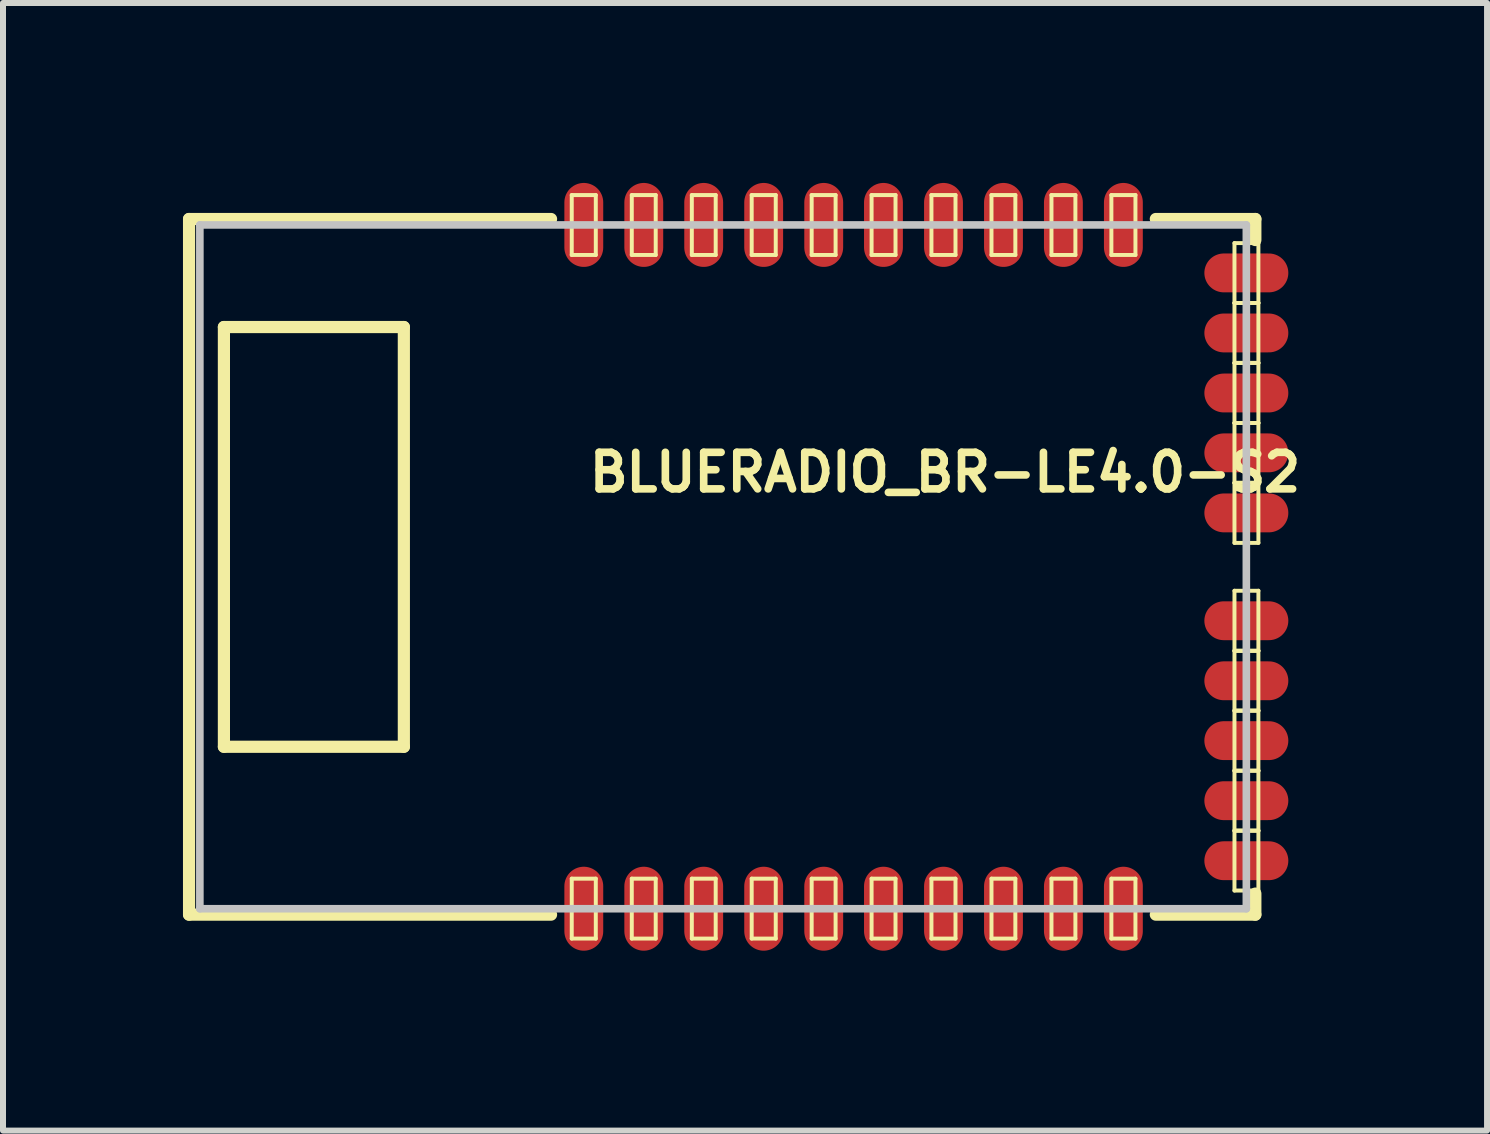
<source format=kicad_pcb>
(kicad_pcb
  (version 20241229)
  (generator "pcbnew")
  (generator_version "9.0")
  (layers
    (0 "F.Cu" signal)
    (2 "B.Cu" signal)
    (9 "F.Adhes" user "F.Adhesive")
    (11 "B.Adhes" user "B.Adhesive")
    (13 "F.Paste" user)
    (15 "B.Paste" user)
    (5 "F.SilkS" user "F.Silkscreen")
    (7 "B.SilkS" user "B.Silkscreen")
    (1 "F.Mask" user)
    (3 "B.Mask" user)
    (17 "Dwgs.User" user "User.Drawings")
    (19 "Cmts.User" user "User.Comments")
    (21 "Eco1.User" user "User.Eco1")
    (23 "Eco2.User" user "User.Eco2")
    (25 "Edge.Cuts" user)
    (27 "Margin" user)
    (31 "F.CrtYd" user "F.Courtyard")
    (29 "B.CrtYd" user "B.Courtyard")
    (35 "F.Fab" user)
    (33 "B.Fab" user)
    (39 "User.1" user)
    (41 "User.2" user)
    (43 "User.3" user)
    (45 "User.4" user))
  (footprint "BLUERADIO_BR-LE4.0-S2"
    (layer "F.Cu")
    (at 11.181 6.4)
    (property "Reference" "BLUERADIO_BR-LE4.0-S2" (at 1.524 -1.575 0) (layer "F.SilkS") (effects (font (size 0.61 0.61) (thickness 0.127))))
    (attr smd)
    (fp_line (start -11.079 -5.799) (end -11.079 5.799) (stroke (width 0.203) (type solid)) (layer "F.SilkS"))
    (fp_line (start -10.498 -3.998) (end -10.498 3) (stroke (width 0.203) (type solid)) (layer "F.SilkS"))
    (fp_line (start -10.498 3) (end -7.498 3) (stroke (width 0.203) (type solid)) (layer "F.SilkS"))
    (fp_line (start -7.498 -3.998) (end -10.498 -3.998) (stroke (width 0.203) (type solid)) (layer "F.SilkS"))
    (fp_line (start -7.498 3) (end -7.498 -3.998) (stroke (width 0.203) (type solid)) (layer "F.SilkS"))
    (fp_line (start -5.044 -5.799) (end -11.079 -5.799) (stroke (width 0.203) (type solid)) (layer "F.SilkS"))
    (fp_line (start -5.044 5.799) (end -11.079 5.799) (stroke (width 0.203) (type solid)) (layer "F.SilkS"))
    (fp_line (start -4.699 -6.198) (end -4.298 -6.198) (stroke (width 0.066) (type solid)) (layer "F.SilkS"))
    (fp_line (start -4.699 -5.199) (end -4.699 -6.198) (stroke (width 0.066) (type solid)) (layer "F.SilkS"))
    (fp_line (start -4.699 -5.199) (end -4.298 -5.199) (stroke (width 0.066) (type solid)) (layer "F.SilkS"))
    (fp_line (start -4.699 5.199) (end -4.298 5.199) (stroke (width 0.066) (type solid)) (layer "F.SilkS"))
    (fp_line (start -4.699 6.198) (end -4.699 5.199) (stroke (width 0.066) (type solid)) (layer "F.SilkS"))
    (fp_line (start -4.699 6.198) (end -4.298 6.198) (stroke (width 0.066) (type solid)) (layer "F.SilkS"))
    (fp_line (start -4.298 -5.199) (end -4.298 -6.198) (stroke (width 0.066) (type solid)) (layer "F.SilkS"))
    (fp_line (start -4.298 6.198) (end -4.298 5.199) (stroke (width 0.066) (type solid)) (layer "F.SilkS"))
    (fp_line (start -3.698 -6.198) (end -3.299 -6.198) (stroke (width 0.066) (type solid)) (layer "F.SilkS"))
    (fp_line (start -3.698 -5.199) (end -3.698 -6.198) (stroke (width 0.066) (type solid)) (layer "F.SilkS"))
    (fp_line (start -3.698 -5.199) (end -3.299 -5.199) (stroke (width 0.066) (type solid)) (layer "F.SilkS"))
    (fp_line (start -3.698 5.199) (end -3.299 5.199) (stroke (width 0.066) (type solid)) (layer "F.SilkS"))
    (fp_line (start -3.698 6.198) (end -3.698 5.199) (stroke (width 0.066) (type solid)) (layer "F.SilkS"))
    (fp_line (start -3.698 6.198) (end -3.299 6.198) (stroke (width 0.066) (type solid)) (layer "F.SilkS"))
    (fp_line (start -3.299 -5.199) (end -3.299 -6.198) (stroke (width 0.066) (type solid)) (layer "F.SilkS"))
    (fp_line (start -3.299 6.198) (end -3.299 5.199) (stroke (width 0.066) (type solid)) (layer "F.SilkS"))
    (fp_line (start -2.697 -6.198) (end -2.299 -6.198) (stroke (width 0.066) (type solid)) (layer "F.SilkS"))
    (fp_line (start -2.697 -5.199) (end -2.697 -6.198) (stroke (width 0.066) (type solid)) (layer "F.SilkS"))
    (fp_line (start -2.697 -5.199) (end -2.299 -5.199) (stroke (width 0.066) (type solid)) (layer "F.SilkS"))
    (fp_line (start -2.697 5.199) (end -2.299 5.199) (stroke (width 0.066) (type solid)) (layer "F.SilkS"))
    (fp_line (start -2.697 6.198) (end -2.697 5.199) (stroke (width 0.066) (type solid)) (layer "F.SilkS"))
    (fp_line (start -2.697 6.198) (end -2.299 6.198) (stroke (width 0.066) (type solid)) (layer "F.SilkS"))
    (fp_line (start -2.299 -5.199) (end -2.299 -6.198) (stroke (width 0.066) (type solid)) (layer "F.SilkS"))
    (fp_line (start -2.299 6.198) (end -2.299 5.199) (stroke (width 0.066) (type solid)) (layer "F.SilkS"))
    (fp_line (start -1.699 -6.198) (end -1.298 -6.198) (stroke (width 0.066) (type solid)) (layer "F.SilkS"))
    (fp_line (start -1.699 -5.199) (end -1.699 -6.198) (stroke (width 0.066) (type solid)) (layer "F.SilkS"))
    (fp_line (start -1.699 -5.199) (end -1.298 -5.199) (stroke (width 0.066) (type solid)) (layer "F.SilkS"))
    (fp_line (start -1.699 5.199) (end -1.298 5.199) (stroke (width 0.066) (type solid)) (layer "F.SilkS"))
    (fp_line (start -1.699 6.198) (end -1.699 5.199) (stroke (width 0.066) (type solid)) (layer "F.SilkS"))
    (fp_line (start -1.699 6.198) (end -1.298 6.198) (stroke (width 0.066) (type solid)) (layer "F.SilkS"))
    (fp_line (start -1.298 -5.199) (end -1.298 -6.198) (stroke (width 0.066) (type solid)) (layer "F.SilkS"))
    (fp_line (start -1.298 6.198) (end -1.298 5.199) (stroke (width 0.066) (type solid)) (layer "F.SilkS"))
    (fp_line (start -0.699 -6.198) (end -0.3 -6.198) (stroke (width 0.066) (type solid)) (layer "F.SilkS"))
    (fp_line (start -0.699 -5.199) (end -0.699 -6.198) (stroke (width 0.066) (type solid)) (layer "F.SilkS"))
    (fp_line (start -0.699 -5.199) (end -0.3 -5.199) (stroke (width 0.066) (type solid)) (layer "F.SilkS"))
    (fp_line (start -0.699 5.199) (end -0.3 5.199) (stroke (width 0.066) (type solid)) (layer "F.SilkS"))
    (fp_line (start -0.699 6.198) (end -0.699 5.199) (stroke (width 0.066) (type solid)) (layer "F.SilkS"))
    (fp_line (start -0.699 6.198) (end -0.3 6.198) (stroke (width 0.066) (type solid)) (layer "F.SilkS"))
    (fp_line (start -0.3 -5.199) (end -0.3 -6.198) (stroke (width 0.066) (type solid)) (layer "F.SilkS"))
    (fp_line (start -0.3 6.198) (end -0.3 5.199) (stroke (width 0.066) (type solid)) (layer "F.SilkS"))
    (fp_line (start 0.3 -6.198) (end 0.699 -6.198) (stroke (width 0.066) (type solid)) (layer "F.SilkS"))
    (fp_line (start 0.3 -5.199) (end 0.3 -6.198) (stroke (width 0.066) (type solid)) (layer "F.SilkS"))
    (fp_line (start 0.3 -5.199) (end 0.699 -5.199) (stroke (width 0.066) (type solid)) (layer "F.SilkS"))
    (fp_line (start 0.3 5.199) (end 0.699 5.199) (stroke (width 0.066) (type solid)) (layer "F.SilkS"))
    (fp_line (start 0.3 6.198) (end 0.3 5.199) (stroke (width 0.066) (type solid)) (layer "F.SilkS"))
    (fp_line (start 0.3 6.198) (end 0.699 6.198) (stroke (width 0.066) (type solid)) (layer "F.SilkS"))
    (fp_line (start 0.699 -5.199) (end 0.699 -6.198) (stroke (width 0.066) (type solid)) (layer "F.SilkS"))
    (fp_line (start 0.699 6.198) (end 0.699 5.199) (stroke (width 0.066) (type solid)) (layer "F.SilkS"))
    (fp_line (start 1.298 -6.198) (end 1.699 -6.198) (stroke (width 0.066) (type solid)) (layer "F.SilkS"))
    (fp_line (start 1.298 -5.199) (end 1.298 -6.198) (stroke (width 0.066) (type solid)) (layer "F.SilkS"))
    (fp_line (start 1.298 -5.199) (end 1.699 -5.199) (stroke (width 0.066) (type solid)) (layer "F.SilkS"))
    (fp_line (start 1.298 5.199) (end 1.699 5.199) (stroke (width 0.066) (type solid)) (layer "F.SilkS"))
    (fp_line (start 1.298 6.198) (end 1.298 5.199) (stroke (width 0.066) (type solid)) (layer "F.SilkS"))
    (fp_line (start 1.298 6.198) (end 1.699 6.198) (stroke (width 0.066) (type solid)) (layer "F.SilkS"))
    (fp_line (start 1.699 -5.199) (end 1.699 -6.198) (stroke (width 0.066) (type solid)) (layer "F.SilkS"))
    (fp_line (start 1.699 6.198) (end 1.699 5.199) (stroke (width 0.066) (type solid)) (layer "F.SilkS"))
    (fp_line (start 2.299 -6.198) (end 2.697 -6.198) (stroke (width 0.066) (type solid)) (layer "F.SilkS"))
    (fp_line (start 2.299 -5.199) (end 2.299 -6.198) (stroke (width 0.066) (type solid)) (layer "F.SilkS"))
    (fp_line (start 2.299 -5.199) (end 2.697 -5.199) (stroke (width 0.066) (type solid)) (layer "F.SilkS"))
    (fp_line (start 2.299 5.199) (end 2.697 5.199) (stroke (width 0.066) (type solid)) (layer "F.SilkS"))
    (fp_line (start 2.299 6.198) (end 2.299 5.199) (stroke (width 0.066) (type solid)) (layer "F.SilkS"))
    (fp_line (start 2.299 6.198) (end 2.697 6.198) (stroke (width 0.066) (type solid)) (layer "F.SilkS"))
    (fp_line (start 2.697 -5.199) (end 2.697 -6.198) (stroke (width 0.066) (type solid)) (layer "F.SilkS"))
    (fp_line (start 2.697 6.198) (end 2.697 5.199) (stroke (width 0.066) (type solid)) (layer "F.SilkS"))
    (fp_line (start 3.299 -6.198) (end 3.698 -6.198) (stroke (width 0.066) (type solid)) (layer "F.SilkS"))
    (fp_line (start 3.299 -5.199) (end 3.299 -6.198) (stroke (width 0.066) (type solid)) (layer "F.SilkS"))
    (fp_line (start 3.299 -5.199) (end 3.698 -5.199) (stroke (width 0.066) (type solid)) (layer "F.SilkS"))
    (fp_line (start 3.299 5.199) (end 3.698 5.199) (stroke (width 0.066) (type solid)) (layer "F.SilkS"))
    (fp_line (start 3.299 6.198) (end 3.299 5.199) (stroke (width 0.066) (type solid)) (layer "F.SilkS"))
    (fp_line (start 3.299 6.198) (end 3.698 6.198) (stroke (width 0.066) (type solid)) (layer "F.SilkS"))
    (fp_line (start 3.698 -5.199) (end 3.698 -6.198) (stroke (width 0.066) (type solid)) (layer "F.SilkS"))
    (fp_line (start 3.698 6.198) (end 3.698 5.199) (stroke (width 0.066) (type solid)) (layer "F.SilkS"))
    (fp_line (start 4.298 -6.198) (end 4.699 -6.198) (stroke (width 0.066) (type solid)) (layer "F.SilkS"))
    (fp_line (start 4.298 -5.199) (end 4.298 -6.198) (stroke (width 0.066) (type solid)) (layer "F.SilkS"))
    (fp_line (start 4.298 -5.199) (end 4.699 -5.199) (stroke (width 0.066) (type solid)) (layer "F.SilkS"))
    (fp_line (start 4.298 5.199) (end 4.699 5.199) (stroke (width 0.066) (type solid)) (layer "F.SilkS"))
    (fp_line (start 4.298 6.198) (end 4.298 5.199) (stroke (width 0.066) (type solid)) (layer "F.SilkS"))
    (fp_line (start 4.298 6.198) (end 4.699 6.198) (stroke (width 0.066) (type solid)) (layer "F.SilkS"))
    (fp_line (start 4.699 -5.199) (end 4.699 -6.198) (stroke (width 0.066) (type solid)) (layer "F.SilkS"))
    (fp_line (start 4.699 6.198) (end 4.699 5.199) (stroke (width 0.066) (type solid)) (layer "F.SilkS"))
    (fp_line (start 6.35 -5.397) (end 6.749 -5.397) (stroke (width 0.066) (type solid)) (layer "F.SilkS"))
    (fp_line (start 6.35 -4.399) (end 6.35 -5.397) (stroke (width 0.066) (type solid)) (layer "F.SilkS"))
    (fp_line (start 6.35 -4.399) (end 6.749 -4.399) (stroke (width 0.066) (type solid)) (layer "F.SilkS"))
    (fp_line (start 6.35 -4.399) (end 6.749 -4.399) (stroke (width 0.066) (type solid)) (layer "F.SilkS"))
    (fp_line (start 6.35 -3.399) (end 6.35 -4.399) (stroke (width 0.066) (type solid)) (layer "F.SilkS"))
    (fp_line (start 6.35 -3.399) (end 6.749 -3.399) (stroke (width 0.066) (type solid)) (layer "F.SilkS"))
    (fp_line (start 6.35 -3.399) (end 6.749 -3.399) (stroke (width 0.066) (type solid)) (layer "F.SilkS"))
    (fp_line (start 6.35 -2.398) (end 6.35 -3.399) (stroke (width 0.066) (type solid)) (layer "F.SilkS"))
    (fp_line (start 6.35 -2.398) (end 6.749 -2.398) (stroke (width 0.066) (type solid)) (layer "F.SilkS"))
    (fp_line (start 6.35 -2.398) (end 6.749 -2.398) (stroke (width 0.066) (type solid)) (layer "F.SilkS"))
    (fp_line (start 6.35 -1.4) (end 6.35 -2.398) (stroke (width 0.066) (type solid)) (layer "F.SilkS"))
    (fp_line (start 6.35 -1.4) (end 6.749 -1.4) (stroke (width 0.066) (type solid)) (layer "F.SilkS"))
    (fp_line (start 6.35 -1.4) (end 6.749 -1.4) (stroke (width 0.066) (type solid)) (layer "F.SilkS"))
    (fp_line (start 6.35 -0.399) (end 6.35 -1.4) (stroke (width 0.066) (type solid)) (layer "F.SilkS"))
    (fp_line (start 6.35 -0.399) (end 6.749 -0.399) (stroke (width 0.066) (type solid)) (layer "F.SilkS"))
    (fp_line (start 6.35 0.399) (end 6.749 0.399) (stroke (width 0.066) (type solid)) (layer "F.SilkS"))
    (fp_line (start 6.35 1.4) (end 6.35 0.399) (stroke (width 0.066) (type solid)) (layer "F.SilkS"))
    (fp_line (start 6.35 1.4) (end 6.749 1.4) (stroke (width 0.066) (type solid)) (layer "F.SilkS"))
    (fp_line (start 6.35 1.4) (end 6.749 1.4) (stroke (width 0.066) (type solid)) (layer "F.SilkS"))
    (fp_line (start 6.35 2.398) (end 6.35 1.4) (stroke (width 0.066) (type solid)) (layer "F.SilkS"))
    (fp_line (start 6.35 2.398) (end 6.749 2.398) (stroke (width 0.066) (type solid)) (layer "F.SilkS"))
    (fp_line (start 6.35 2.398) (end 6.749 2.398) (stroke (width 0.066) (type solid)) (layer "F.SilkS"))
    (fp_line (start 6.35 3.399) (end 6.35 2.398) (stroke (width 0.066) (type solid)) (layer "F.SilkS"))
    (fp_line (start 6.35 3.399) (end 6.749 3.399) (stroke (width 0.066) (type solid)) (layer "F.SilkS"))
    (fp_line (start 6.35 3.399) (end 6.749 3.399) (stroke (width 0.066) (type solid)) (layer "F.SilkS"))
    (fp_line (start 6.35 4.399) (end 6.35 3.399) (stroke (width 0.066) (type solid)) (layer "F.SilkS"))
    (fp_line (start 6.35 4.399) (end 6.749 4.399) (stroke (width 0.066) (type solid)) (layer "F.SilkS"))
    (fp_line (start 6.35 4.399) (end 6.749 4.399) (stroke (width 0.066) (type solid)) (layer "F.SilkS"))
    (fp_line (start 6.35 5.397) (end 6.35 4.399) (stroke (width 0.066) (type solid)) (layer "F.SilkS"))
    (fp_line (start 6.35 5.397) (end 6.749 5.397) (stroke (width 0.066) (type solid)) (layer "F.SilkS"))
    (fp_line (start 6.698 -5.799) (end 5.039 -5.799) (stroke (width 0.203) (type solid)) (layer "F.SilkS"))
    (fp_line (start 6.698 -5.799) (end 6.698 -5.448) (stroke (width 0.203) (type solid)) (layer "F.SilkS"))
    (fp_line (start 6.698 5.448) (end 6.698 5.799) (stroke (width 0.203) (type solid)) (layer "F.SilkS"))
    (fp_line (start 6.698 5.799) (end 5.039 5.799) (stroke (width 0.203) (type solid)) (layer "F.SilkS"))
    (fp_line (start 6.749 -4.399) (end 6.749 -5.397) (stroke (width 0.066) (type solid)) (layer "F.SilkS"))
    (fp_line (start 6.749 -3.399) (end 6.749 -4.399) (stroke (width 0.066) (type solid)) (layer "F.SilkS"))
    (fp_line (start 6.749 -2.398) (end 6.749 -3.399) (stroke (width 0.066) (type solid)) (layer "F.SilkS"))
    (fp_line (start 6.749 -1.4) (end 6.749 -2.398) (stroke (width 0.066) (type solid)) (layer "F.SilkS"))
    (fp_line (start 6.749 -0.399) (end 6.749 -1.4) (stroke (width 0.066) (type solid)) (layer "F.SilkS"))
    (fp_line (start 6.749 1.4) (end 6.749 0.399) (stroke (width 0.066) (type solid)) (layer "F.SilkS"))
    (fp_line (start 6.749 2.398) (end 6.749 1.4) (stroke (width 0.066) (type solid)) (layer "F.SilkS"))
    (fp_line (start 6.749 3.399) (end 6.749 2.398) (stroke (width 0.066) (type solid)) (layer "F.SilkS"))
    (fp_line (start 6.749 4.399) (end 6.749 3.399) (stroke (width 0.066) (type solid)) (layer "F.SilkS"))
    (fp_line (start 6.749 5.397) (end 6.749 4.399) (stroke (width 0.066) (type solid)) (layer "F.SilkS"))
    (fp_line (start -10.899 -5.7) (end -10.899 5.7) (stroke (width 0.127) (type solid)) (layer "Dwgs.User"))
    (fp_line (start -10.899 5.7) (end 6.548 5.7) (stroke (width 0.127) (type solid)) (layer "Dwgs.User"))
    (fp_line (start 6.548 -5.7) (end -10.899 -5.7) (stroke (width 0.127) (type solid)) (layer "Dwgs.User"))
    (fp_line (start 6.548 5.7) (end 6.548 -5.7) (stroke (width 0.127) (type solid)) (layer "Dwgs.User"))
    (pad "1" smd oval (at -4.498 5.7) (size 0.648 1.4) (layers "F.Cu" "F.Mask" "F.Paste"))
    (pad "2" smd oval (at -3.498 5.7) (size 0.648 1.4) (layers "F.Cu" "F.Mask" "F.Paste"))
    (pad "3" smd oval (at -2.499 5.7) (size 0.648 1.4) (layers "F.Cu" "F.Mask" "F.Paste"))
    (pad "4" smd oval (at -1.499 5.7) (size 0.648 1.4) (layers "F.Cu" "F.Mask" "F.Paste"))
    (pad "5" smd oval (at -0.498 5.7) (size 0.648 1.4) (layers "F.Cu" "F.Mask" "F.Paste"))
    (pad "6" smd oval (at 0.498 5.7) (size 0.648 1.4) (layers "F.Cu" "F.Mask" "F.Paste"))
    (pad "7" smd oval (at 1.499 5.7) (size 0.648 1.4) (layers "F.Cu" "F.Mask" "F.Paste"))
    (pad "8" smd oval (at 2.499 5.7) (size 0.648 1.4) (layers "F.Cu" "F.Mask" "F.Paste"))
    (pad "9" smd oval (at 3.498 5.7) (size 0.648 1.4) (layers "F.Cu" "F.Mask" "F.Paste"))
    (pad "10" smd oval (at 4.498 5.7) (size 0.648 1.4) (layers "F.Cu" "F.Mask" "F.Paste"))
    (pad "11" smd oval (at 6.548 4.9 90) (size 0.648 1.4) (layers "F.Cu" "F.Mask" "F.Paste"))
    (pad "12" smd oval (at 6.548 3.899 90) (size 0.648 1.4) (layers "F.Cu" "F.Mask" "F.Paste"))
    (pad "13" smd oval (at 6.548 2.898 90) (size 0.648 1.4) (layers "F.Cu" "F.Mask" "F.Paste"))
    (pad "14" smd oval (at 6.548 1.9 90) (size 0.648 1.4) (layers "F.Cu" "F.Mask" "F.Paste"))
    (pad "15" smd oval (at 6.548 0.899 90) (size 0.648 1.4) (layers "F.Cu" "F.Mask" "F.Paste"))
    (pad "16" smd oval (at 6.548 -0.899 90) (size 0.648 1.4) (layers "F.Cu" "F.Mask" "F.Paste"))
    (pad "17" smd oval (at 6.548 -1.9 90) (size 0.648 1.4) (layers "F.Cu" "F.Mask" "F.Paste"))
    (pad "18" smd oval (at 6.548 -2.898 90) (size 0.648 1.4) (layers "F.Cu" "F.Mask" "F.Paste"))
    (pad "19" smd oval (at 6.548 -3.899 90) (size 0.648 1.4) (layers "F.Cu" "F.Mask" "F.Paste"))
    (pad "20" smd oval (at 6.548 -4.9 90) (size 0.648 1.4) (layers "F.Cu" "F.Mask" "F.Paste"))
    (pad "21" smd oval (at 4.498 -5.7) (size 0.648 1.4) (layers "F.Cu" "F.Mask" "F.Paste"))
    (pad "22" smd oval (at 3.498 -5.7) (size 0.648 1.4) (layers "F.Cu" "F.Mask" "F.Paste"))
    (pad "23" smd oval (at 2.499 -5.7) (size 0.648 1.4) (layers "F.Cu" "F.Mask" "F.Paste"))
    (pad "24" smd oval (at 1.499 -5.7) (size 0.648 1.4) (layers "F.Cu" "F.Mask" "F.Paste"))
    (pad "25" smd oval (at 0.498 -5.7 180) (size 0.648 1.4) (layers "F.Cu" "F.Mask" "F.Paste"))
    (pad "26" smd oval (at -0.498 -5.7 180) (size 0.648 1.4) (layers "F.Cu" "F.Mask" "F.Paste"))
    (pad "27" smd oval (at -1.499 -5.7 180) (size 0.648 1.4) (layers "F.Cu" "F.Mask" "F.Paste"))
    (pad "28" smd oval (at -2.499 -5.7 180) (size 0.648 1.4) (layers "F.Cu" "F.Mask" "F.Paste"))
    (pad "29" smd oval (at -3.498 -5.7 180) (size 0.648 1.4) (layers "F.Cu" "F.Mask" "F.Paste"))
    (pad "30" smd oval (at -4.498 -5.7 180) (size 0.648 1.4) (layers "F.Cu" "F.Mask" "F.Paste")))
  (gr_rect
    (start -3 -3)
    (end 21.742 15.799)
    (stroke (width 0.1) (type default))
    (fill no)
    (layer "Edge.Cuts")))
</source>
